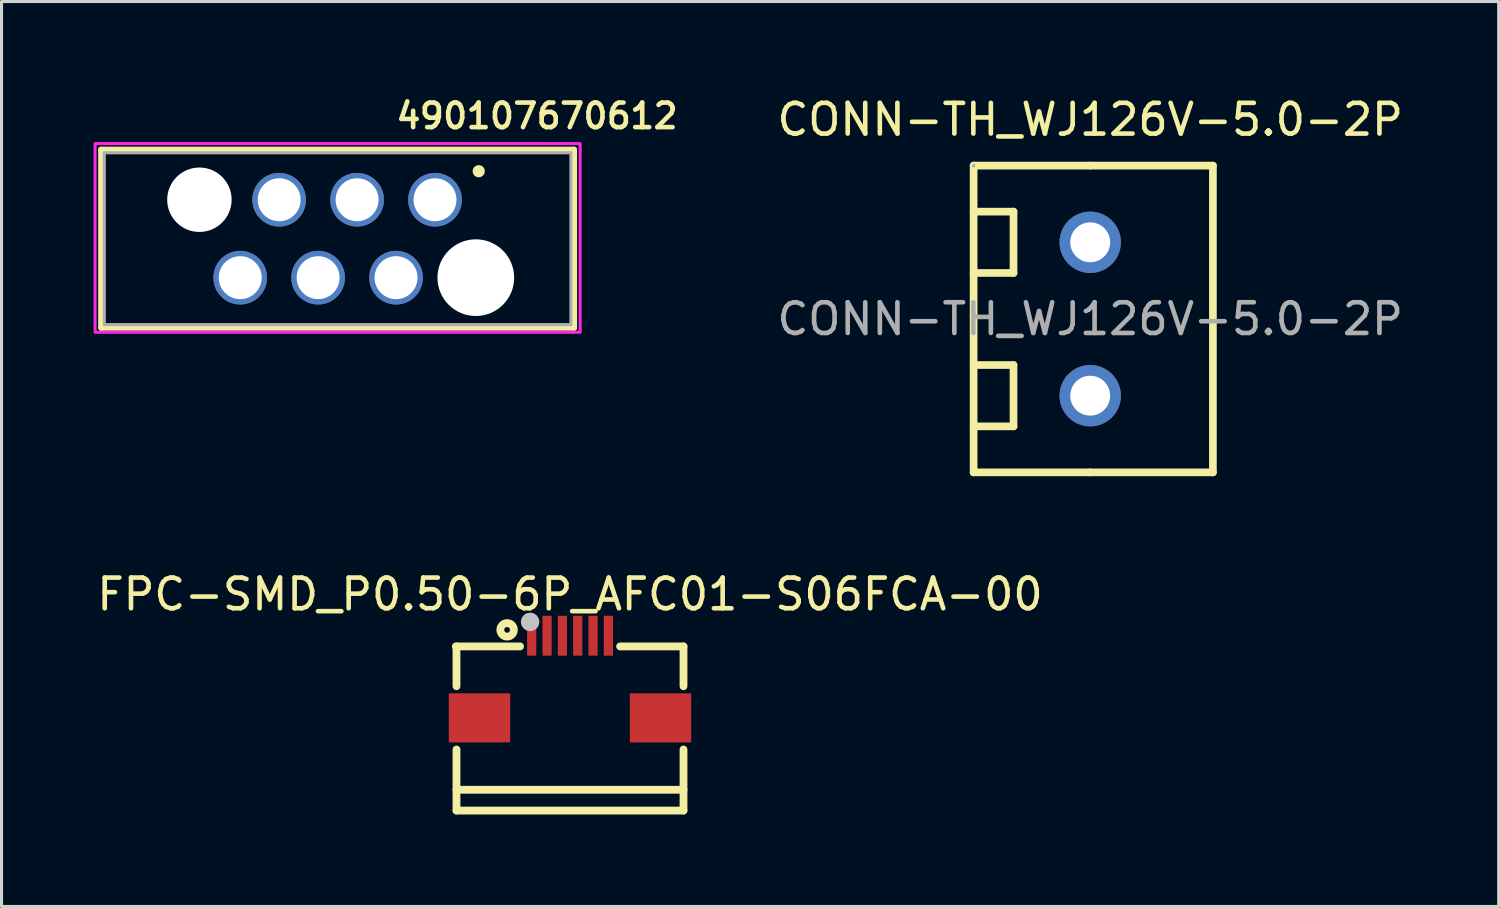
<source format=kicad_pcb>
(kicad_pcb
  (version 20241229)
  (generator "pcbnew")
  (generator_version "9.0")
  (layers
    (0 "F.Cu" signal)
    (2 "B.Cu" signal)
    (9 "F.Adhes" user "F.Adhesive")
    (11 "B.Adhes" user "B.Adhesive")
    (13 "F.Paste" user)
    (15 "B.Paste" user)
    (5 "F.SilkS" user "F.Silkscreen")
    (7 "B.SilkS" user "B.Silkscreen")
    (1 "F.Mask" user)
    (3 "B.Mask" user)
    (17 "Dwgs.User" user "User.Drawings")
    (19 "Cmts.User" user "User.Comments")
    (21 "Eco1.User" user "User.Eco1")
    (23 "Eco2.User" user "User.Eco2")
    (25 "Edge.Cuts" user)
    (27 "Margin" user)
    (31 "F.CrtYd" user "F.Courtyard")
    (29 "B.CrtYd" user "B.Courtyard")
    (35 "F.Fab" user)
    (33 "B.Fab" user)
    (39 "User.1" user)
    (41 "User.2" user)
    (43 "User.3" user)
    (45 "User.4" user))
  (footprint "FPC-SMD_P0.50-6P_AFC01-S06FCA-00"
    (layer "F.Cu")
    (at 15.53 19.011)
    (property "Reference" "FPC-SMD_P0.50-6P_AFC01-S06FCA-00" (at 0 -2.689 0) (unlocked yes) (layer "F.SilkS") (effects (font (size 1 1) (thickness 0.15))))
    (fp_line (start -3.7 -0.99) (end -3.7 0.308) (stroke (width 0.254) (type default)) (layer "F.SilkS"))
    (fp_line (start -3.7 2.37) (end -3.7 4.36) (stroke (width 0.254) (type default)) (layer "F.SilkS"))
    (fp_line (start -3.7 3.682) (end 3.7 3.682) (stroke (width 0.254) (type default)) (layer "F.SilkS"))
    (fp_line (start -3.7 4.36) (end 3.7 4.36) (stroke (width 0.254) (type default)) (layer "F.SilkS"))
    (fp_line (start -1.629 -0.99) (end -3.72 -0.99) (stroke (width 0.254) (type default)) (layer "F.SilkS"))
    (fp_line (start 3.7 -0.99) (end 1.633 -0.99) (stroke (width 0.254) (type default)) (layer "F.SilkS"))
    (fp_line (start 3.7 0.308) (end 3.7 -0.99) (stroke (width 0.254) (type default)) (layer "F.SilkS"))
    (fp_line (start 3.7 4.36) (end 3.7 2.37) (stroke (width 0.254) (type default)) (layer "F.SilkS"))
    (fp_circle (center -2.05 -1.53) (end -1.829 -1.53) (stroke (width 0.254) (type default)) (fill no) (layer "F.SilkS"))
    (fp_circle (center -1.3 -1.79) (end -1.15 -1.79) (stroke (width 0.3) (type default)) (fill no) (layer "Dwgs.User"))
    (fp_poly (pts (xy -2.25 0.791) (xy -2.25 1.791) (xy -3.65 1.791) (xy -3.65 0.791)) (stroke (width 0.1) (type default)) (fill no) (layer "User.1"))
    (fp_poly (pts (xy -1.148 -0.939) (xy -1.348 -0.939) (xy -1.348 -1.739) (xy -1.148 -1.739)) (stroke (width 0.1) (type default)) (fill no) (layer "User.1"))
    (fp_poly (pts (xy -0.648 -0.939) (xy -0.848 -0.939) (xy -0.848 -1.739) (xy -0.648 -1.739)) (stroke (width 0.1) (type default)) (fill no) (layer "User.1"))
    (fp_poly (pts (xy -0.148 -0.939) (xy -0.348 -0.939) (xy -0.348 -1.739) (xy -0.148 -1.739)) (stroke (width 0.1) (type default)) (fill no) (layer "User.1"))
    (fp_poly (pts (xy 0.352 -0.939) (xy 0.152 -0.939) (xy 0.152 -1.739) (xy 0.352 -1.739)) (stroke (width 0.1) (type default)) (fill no) (layer "User.1"))
    (fp_poly (pts (xy 0.852 -0.939) (xy 0.652 -0.939) (xy 0.652 -1.739) (xy 0.852 -1.739)) (stroke (width 0.1) (type default)) (fill no) (layer "User.1"))
    (fp_poly (pts (xy 1.352 -0.939) (xy 1.152 -0.939) (xy 1.152 -1.739) (xy 1.352 -1.739)) (stroke (width 0.1) (type default)) (fill no) (layer "User.1"))
    (fp_poly (pts (xy 3.65 0.791) (xy 3.65 1.791) (xy 2.25 1.791) (xy 2.25 0.791)) (stroke (width 0.1) (type default)) (fill no) (layer "User.1"))
    (fp_line (start -3.7 -0.989) (end 3.7 -0.989) (stroke (width 0.051) (type default)) (layer "User.2"))
    (fp_line (start -3.7 4.361) (end -3.7 -0.989) (stroke (width 0.051) (type default)) (layer "User.2"))
    (fp_line (start 3.7 -0.989) (end 3.7 4.361) (stroke (width 0.051) (type default)) (layer "User.2"))
    (fp_line (start 3.7 4.361) (end -3.7 4.361) (stroke (width 0.051) (type default)) (layer "User.2"))
    (fp_poly (pts (xy -3.64 -1.739) (xy -3.658 -1.781) (xy -3.7 -1.799) (xy -3.742 -1.781) (xy -3.76 -1.739) (xy -3.742 -1.697) (xy -3.7 -1.679) (xy -3.658 -1.697)) (stroke (width 0.1) (type default)) (fill no) (layer "User.3"))
    (pad "1" smd rect (at -1.248 -1.339 180) (size 0.3 1.3) (layers "F.Cu" "F.Mask" "F.Paste"))
    (pad "2" smd rect (at -0.748 -1.339 180) (size 0.3 1.3) (layers "F.Cu" "F.Mask" "F.Paste"))
    (pad "3" smd rect (at -0.248 -1.339 180) (size 0.3 1.3) (layers "F.Cu" "F.Mask" "F.Paste"))
    (pad "4" smd rect (at 0.252 -1.339 180) (size 0.3 1.3) (layers "F.Cu" "F.Mask" "F.Paste"))
    (pad "5" smd rect (at 0.752 -1.339 180) (size 0.3 1.3) (layers "F.Cu" "F.Mask" "F.Paste"))
    (pad "6" smd rect (at 1.252 -1.339 180) (size 0.3 1.3) (layers "F.Cu" "F.Mask" "F.Paste"))
    (pad "7" smd rect (at -2.95 1.339 90) (size 1.6 2) (layers "F.Cu" "F.Mask" "F.Paste"))
    (pad "8" smd rect (at 2.95 1.339 90) (size 1.6 2) (layers "F.Cu" "F.Mask" "F.Paste")))
  (footprint "CONN-TH_WJ126V-5.0-2P"
    (layer "F.Cu")
    (at 32.487 7.348)
    (property "Reference" "CONN-TH_WJ126V-5.0-2P" (at 0 -6.5 0) (layer "F.SilkS") (effects (font (size 1 1) (thickness 0.15))))
    (attr through_hole)
    (fp_line (start -3.8 -5) (end 0 -5) (stroke (width 0.25) (type solid)) (layer "F.SilkS"))
    (fp_line (start -3.8 -3.5) (end -2.5 -3.5) (stroke (width 0.25) (type solid)) (layer "F.SilkS"))
    (fp_line (start -3.8 1.5) (end -2.5 1.5) (stroke (width 0.25) (type solid)) (layer "F.SilkS"))
    (fp_line (start -3.8 5) (end -3.8 -5) (stroke (width 0.25) (type solid)) (layer "F.SilkS"))
    (fp_line (start -2.5 -3.5) (end -2.5 -1.5) (stroke (width 0.25) (type solid)) (layer "F.SilkS"))
    (fp_line (start -2.5 -1.5) (end -3.8 -1.5) (stroke (width 0.25) (type solid)) (layer "F.SilkS"))
    (fp_line (start -2.5 1.5) (end -2.5 3.5) (stroke (width 0.25) (type solid)) (layer "F.SilkS"))
    (fp_line (start -2.5 3.5) (end -3.8 3.5) (stroke (width 0.25) (type solid)) (layer "F.SilkS"))
    (fp_line (start 0 -5) (end 4 -5) (stroke (width 0.25) (type solid)) (layer "F.SilkS"))
    (fp_line (start 0 5) (end -3.8 5) (stroke (width 0.25) (type solid)) (layer "F.SilkS"))
    (fp_line (start 4 -5) (end 4 5) (stroke (width 0.25) (type solid)) (layer "F.SilkS"))
    (fp_line (start 4 5) (end 0 5) (stroke (width 0.25) (type solid)) (layer "F.SilkS"))
    (fp_circle (center -3.8 -5) (end -3.77 -5) (stroke (width 0.06) (type solid)) (fill no) (layer "F.Fab"))
    (fp_text user "${REFERENCE}" (at 0 0 0) (layer "F.Fab") (effects (font (size 1 1) (thickness 0.15))))
    (pad "1" thru_hole circle (at 0 -2.5) (size 2 2) (drill 1.3) (layers "*.Cu" "*.Mask"))
    (pad "2" thru_hole circle (at 0 2.5) (size 2 2) (drill 1.3) (layers "*.Cu" "*.Mask")))
  (footprint "490107670612"
    (layer "F.Cu")
    (at 7.955 4.731)
    (property "Reference" "490107670612" (at 6.5 -4 0) (layer "F.SilkS") (effects (font (size 0.8 0.8) (thickness 0.15))))
    (attr through_hole)
    (fp_line (start -7.705 -2.9) (end 7.705 -2.9) (stroke (width 0.2) (type solid)) (layer "F.SilkS"))
    (fp_line (start -7.705 2.9) (end -7.705 -2.9) (stroke (width 0.2) (type solid)) (layer "F.SilkS"))
    (fp_line (start 7.705 -2.9) (end 7.705 2.9) (stroke (width 0.2) (type solid)) (layer "F.SilkS"))
    (fp_line (start 7.705 2.9) (end -7.705 2.9) (stroke (width 0.2) (type solid)) (layer "F.SilkS"))
    (fp_circle (center 4.6 -2.2) (end 4.7 -2.2) (stroke (width 0.2) (type solid)) (fill no) (layer "F.SilkS"))
    (fp_poly (pts (xy -7.905 -3.1) (xy 7.905 -3.1) (xy 7.905 3.05) (xy -7.905 3.05)) (stroke (width 0.1) (type solid)) (fill no) (layer "F.CrtYd"))
    (fp_line (start -7.605 -2.8) (end 7.605 -2.8) (stroke (width 0.1) (type solid)) (layer "F.Fab"))
    (fp_line (start -7.605 2.8) (end -7.605 -2.8) (stroke (width 0.1) (type solid)) (layer "F.Fab"))
    (fp_line (start 7.605 -2.8) (end 7.605 2.8) (stroke (width 0.1) (type solid)) (layer "F.Fab"))
    (fp_line (start 7.605 2.8) (end -7.605 2.8) (stroke (width 0.1) (type solid)) (layer "F.Fab"))
    (pad "" np_thru_hole circle (at -4.505 -1.27) (size 2.1 2.1) (drill 2.1) (layers "*.Cu" "*.Mask"))
    (pad "" np_thru_hole circle (at 4.505 1.27) (size 2.5 2.5) (drill 2.5) (layers "*.Cu" "*.Mask"))
    (pad "1" thru_hole circle (at 3.175 -1.27) (size 1.75 1.75) (drill 1.4) (layers "*.Cu" "*.Mask"))
    (pad "2" thru_hole circle (at 1.905 1.27) (size 1.75 1.75) (drill 1.4) (layers "*.Cu" "*.Mask"))
    (pad "3" thru_hole circle (at 0.635 -1.27) (size 1.75 1.75) (drill 1.4) (layers "*.Cu" "*.Mask"))
    (pad "4" thru_hole circle (at -0.635 1.27) (size 1.75 1.75) (drill 1.4) (layers "*.Cu" "*.Mask"))
    (pad "5" thru_hole circle (at -1.905 -1.27) (size 1.75 1.75) (drill 1.4) (layers "*.Cu" "*.Mask"))
    (pad "6" thru_hole circle (at -3.175 1.27) (size 1.75 1.75) (drill 1.4) (layers "*.Cu" "*.Mask")))
  (gr_rect
    (start -3 -3)
    (end 45.802 26.498)
    (stroke (width 0.1) (type default))
    (fill no)
    (layer "Edge.Cuts")))
</source>
